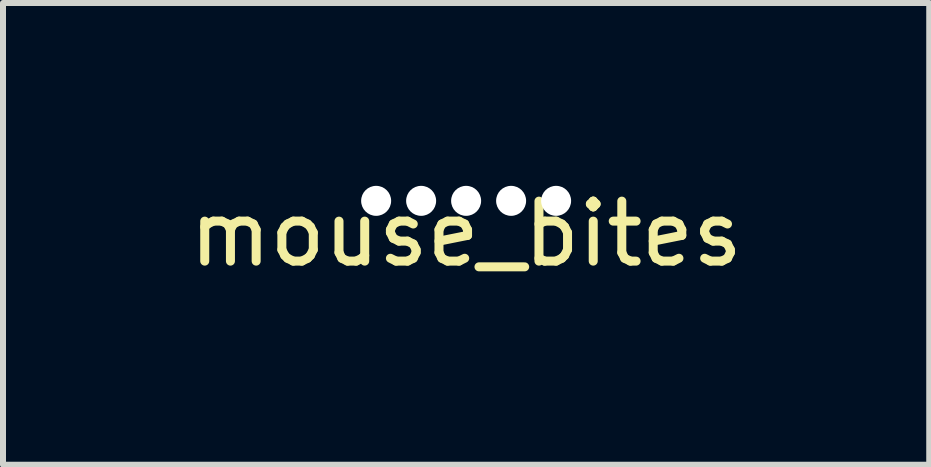
<source format=kicad_pcb>
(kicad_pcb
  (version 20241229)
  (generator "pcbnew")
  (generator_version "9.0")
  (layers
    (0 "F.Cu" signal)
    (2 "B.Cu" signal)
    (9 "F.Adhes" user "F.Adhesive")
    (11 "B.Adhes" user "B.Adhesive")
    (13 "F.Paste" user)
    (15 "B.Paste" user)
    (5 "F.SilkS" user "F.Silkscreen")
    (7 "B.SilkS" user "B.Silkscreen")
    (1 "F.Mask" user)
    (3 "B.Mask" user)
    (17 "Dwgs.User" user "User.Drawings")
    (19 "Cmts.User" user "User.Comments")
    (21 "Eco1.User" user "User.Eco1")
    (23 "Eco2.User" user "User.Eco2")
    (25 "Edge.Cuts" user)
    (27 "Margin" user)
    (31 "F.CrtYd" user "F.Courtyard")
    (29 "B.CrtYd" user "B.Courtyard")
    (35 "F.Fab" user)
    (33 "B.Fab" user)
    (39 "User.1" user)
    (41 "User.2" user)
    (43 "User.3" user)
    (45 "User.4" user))
  (footprint "mouse_bites"
    (layer "F.Cu")
    (at 4.72 0.348)
    (property "Reference" "mouse_bites" (at 0 0.5 0) (layer "F.SilkS") (effects (font (size 1 1) (thickness 0.15))))
    (attr through_hole)
    (pad "" np_thru_hole circle (at -1.5 -0.05) (size 0.5 0.5) (drill 0.5) (layers "*.Cu"))
    (pad "" np_thru_hole circle (at -0.75 -0.05) (size 0.5 0.5) (drill 0.5) (layers "*.Cu"))
    (pad "" np_thru_hole circle (at 0 -0.05) (size 0.5 0.5) (drill 0.5) (layers "*.Cu"))
    (pad "" np_thru_hole circle (at 0.75 -0.05) (size 0.5 0.5) (drill 0.5) (layers "*.Cu"))
    (pad "" np_thru_hole circle (at 1.5 -0.05) (size 0.5 0.5) (drill 0.5) (layers "*.Cu")))
  (gr_rect
    (start -3 -3)
    (end 12.44 4.697)
    (stroke (width 0.1) (type default))
    (fill no)
    (layer "Edge.Cuts")))
</source>
